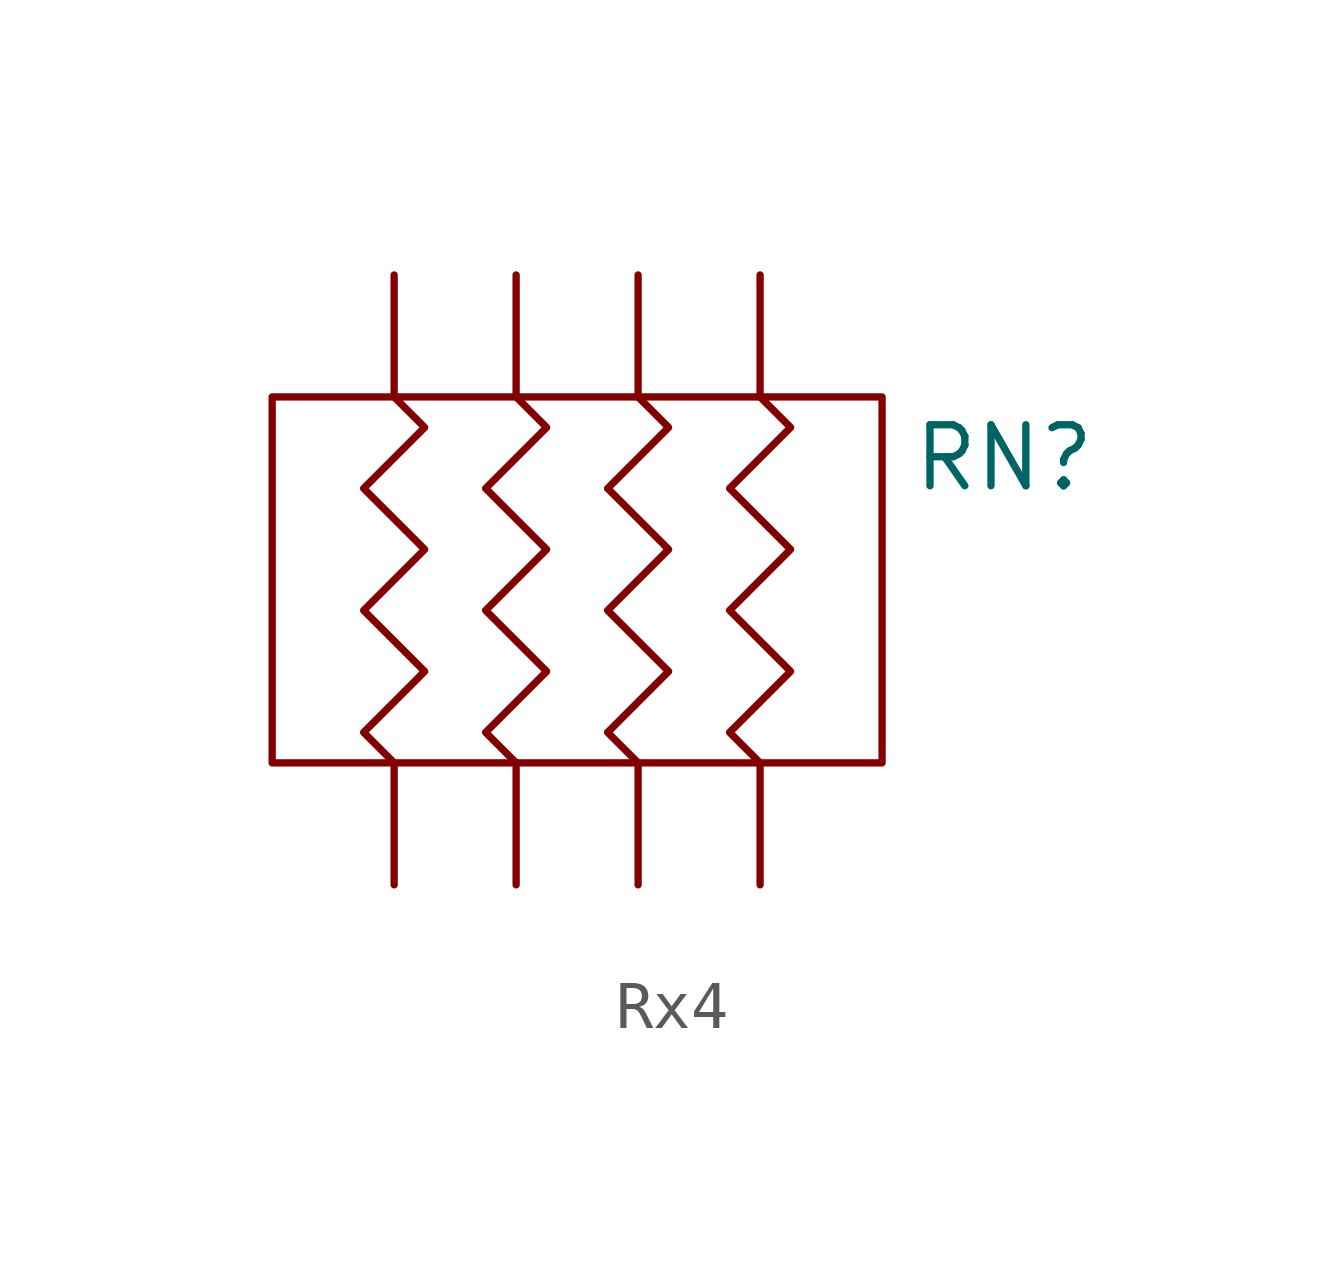
<source format=kicad_sym>
(kicad_symbol_lib
  (version 20220914)
  (generator kicad_symbol_editor)
  (symbol "Rx4"
    (pin_numbers hide)
    (pin_names
      (offset 1.27) hide)
    (property "Reference" "RN"
      (at 12.7 8.89 0)
      (effects (font (size 1.27 1.27))))
    (symbol "Rx4_0_1"
      (rectangle (start -2.54 2.54) (end 10.16 10.16) (stroke (width 0) (type default)) (fill (type none)))
      (polyline (pts (xy 0 10.16) (xy 0.635 9.525) (xy -0.635 8.255) (xy 0.635 6.985) (xy -0.635 5.715) (xy 0.635 4.445) (xy -0.635 3.175) (xy 0 2.54)) (stroke (width 0) (type default)) (fill (type none)))
      (polyline (pts (xy 2.54 10.16) (xy 3.175 9.525) (xy 1.905 8.255) (xy 3.175 6.985) (xy 1.905 5.715) (xy 3.175 4.445) (xy 1.905 3.175) (xy 2.54 2.54)) (stroke (width 0) (type default)) (fill (type none)))
      (polyline (pts (xy 5.08 10.16) (xy 5.715 9.525) (xy 4.445 8.255) (xy 5.715 6.985) (xy 4.445 5.715) (xy 5.715 4.445) (xy 4.445 3.175) (xy 5.08 2.54)) (stroke (width 0) (type default)) (fill (type none)))
      (polyline (pts (xy 7.62 10.16) (xy 8.255 9.525) (xy 6.985 8.255) (xy 8.255 6.985) (xy 6.985 5.715) (xy 8.255 4.445) (xy 6.985 3.175) (xy 7.62 2.54)) (stroke (width 0) (type default)) (fill (type none))))
    (symbol "Rx4_1_1"
      (pin passive line (at 0 0 90) (length 2.54) (name "1" (effects (font (size 1.27 1.27)))) (number "1" (effects (font (size 1.27 1.27)))))
      (pin passive line (at 2.54 0 90) (length 2.54) (name "2" (effects (font (size 1.27 1.27)))) (number "2" (effects (font (size 1.27 1.27)))))
      (pin passive line (at 5.08 0 90) (length 2.54) (name "3" (effects (font (size 1.27 1.27)))) (number "3" (effects (font (size 1.27 1.27)))))
      (pin passive line (at 7.62 0 90) (length 2.54) (name "4" (effects (font (size 1.27 1.27)))) (number "4" (effects (font (size 1.27 1.27)))))
      (pin passive line (at 7.62 12.7 270) (length 2.54) (name "5" (effects (font (size 1.27 1.27)))) (number "5" (effects (font (size 1.27 1.27)))))
      (pin passive line (at 5.08 12.7 270) (length 2.54) (name "6" (effects (font (size 1.27 1.27)))) (number "6" (effects (font (size 1.27 1.27)))))
      (pin passive line (at 2.54 12.7 270) (length 2.54) (name "7" (effects (font (size 1.27 1.27)))) (number "7" (effects (font (size 1.27 1.27)))))
      (pin passive line (at 0 12.7 270) (length 2.54) (name "8" (effects (font (size 1.27 1.27)))) (number "8" (effects (font (size 1.27 1.27))))))))
</source>
